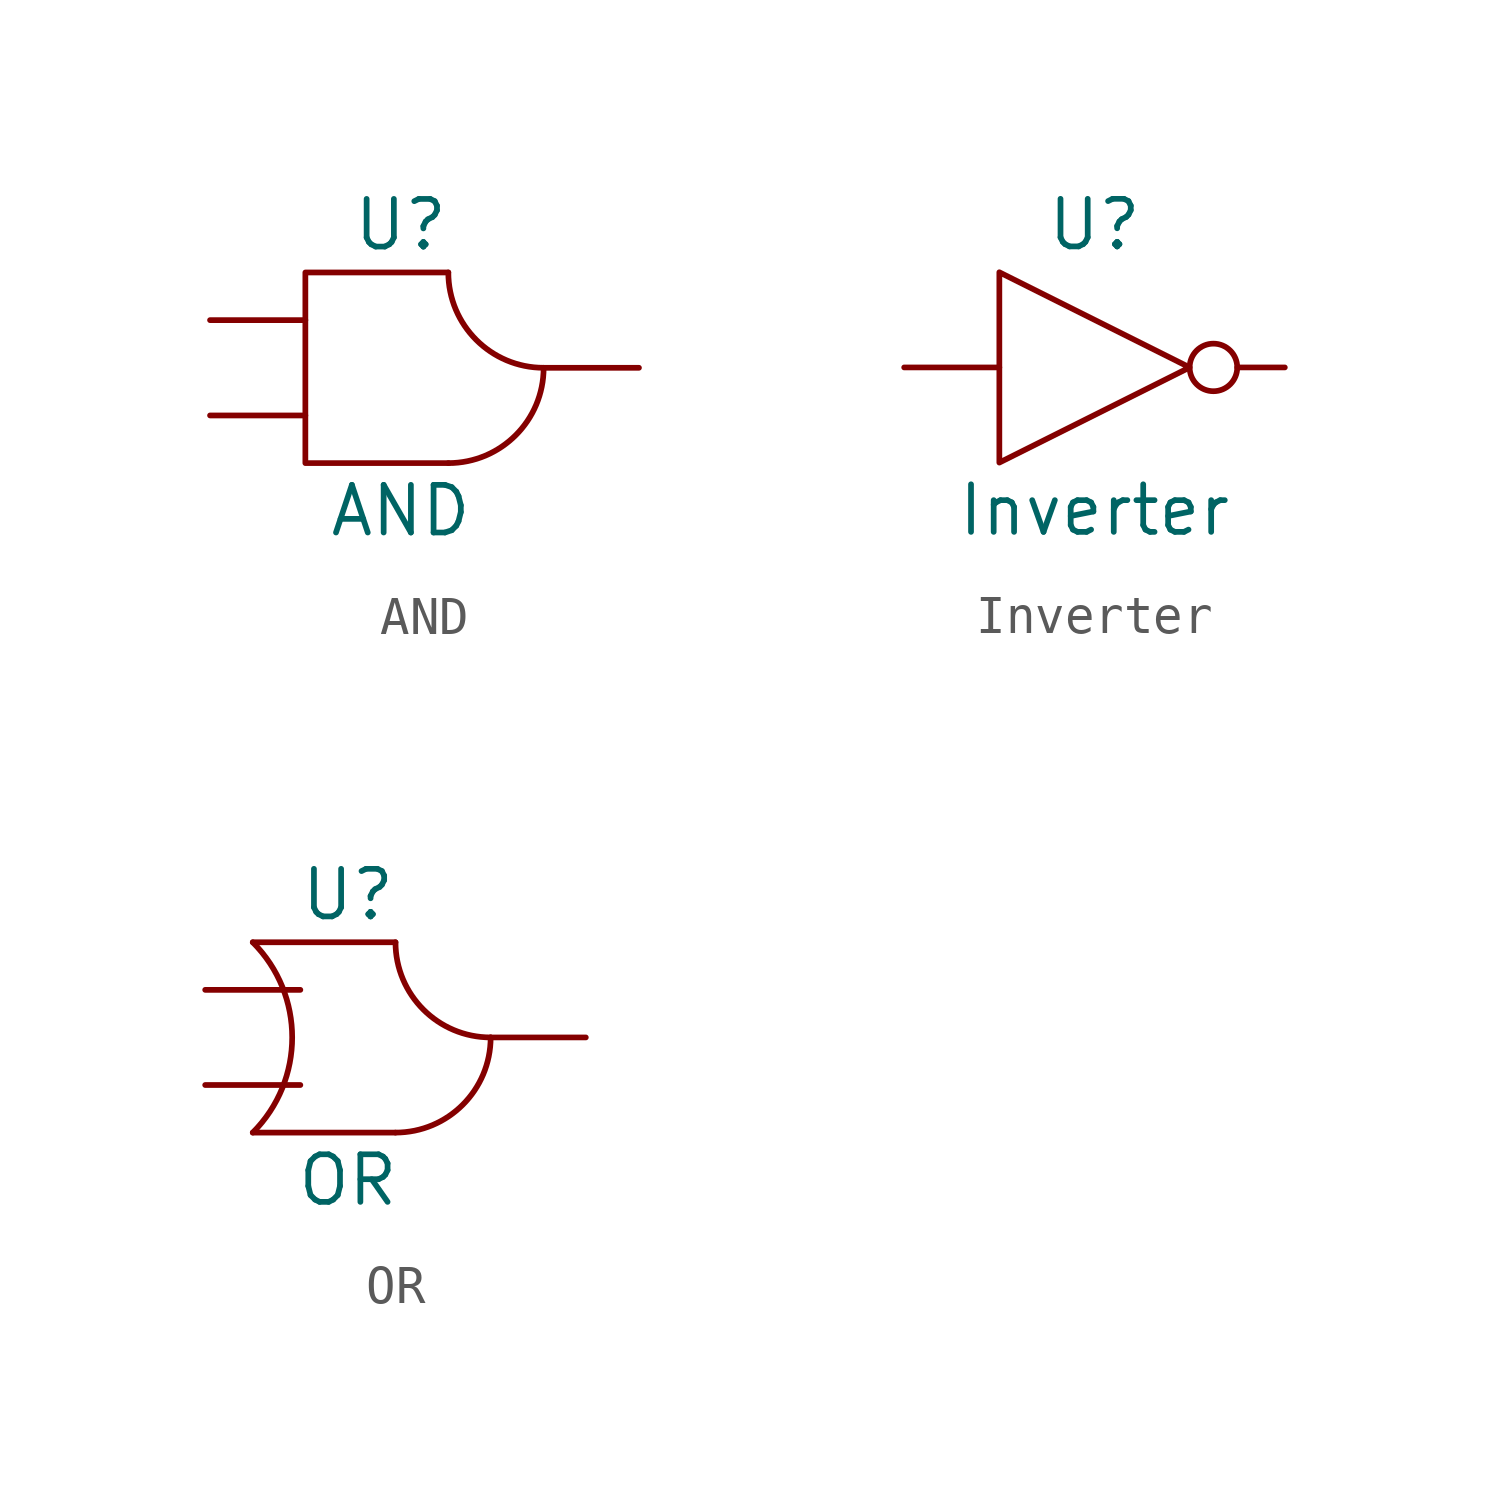
<source format=kicad_sym>
(kicad_symbol_lib
  (version 20211014)
  (generator kicad_symbol_editor)
  (symbol "AND"
    (property "Reference" "U"
      (at 0 3.81 0)
      (effects (font (size 1.27 1.27))))
    (property "Value" "AND"
      (at 0 -3.81 0)
      (effects (font (size 1.27 1.27))))
    (symbol "AND_0_1"
      (polyline (pts (xy 1.27 -2.54) (xy -2.54 -2.54) (xy -2.54 2.54) (xy 1.27 2.54)) (stroke (width 0) (type default) (color 0 0 0 0)) (fill (type none)))
      (arc (start 1.27 -2.54) (mid 3.0661 -1.7961) (end 3.81 0) (stroke (width 0) (type default) (color 0 0 0 0)) (fill (type none)))
      (arc (start 1.27 2.54) (mid -0.5261 -1.7961) (end 3.81 0) (stroke (width 0) (type default) (color 0 0 0 0)) (fill (type none))))
    (symbol "AND_1_1"
      (pin input line (at -5.08 -1.27 0) (length 2.54) (name "" (effects (font (size 1.27 1.27)))) (number "" (effects (font (size 1.27 1.27)))))
      (pin input line (at -5.08 1.27 0) (length 2.54) (name "" (effects (font (size 1.27 1.27)))) (number "" (effects (font (size 1.27 1.27)))))
      (pin output line (at 6.35 0 180) (length 2.54) (name "" (effects (font (size 1.27 1.27)))) (number "" (effects (font (size 1.27 1.27)))))))
  (symbol "Inverter"
    (property "Reference" "U"
      (at 0 3.81 0)
      (effects (font (size 1.27 1.27))))
    (property "Value" "Inverter"
      (at 0 -3.81 0)
      (effects (font (size 1.27 1.27))))
    (symbol "Inverter_0_1"
      (polyline (pts (xy -2.54 -2.54) (xy -2.54 2.54) (xy 2.54 0) (xy -2.54 -2.54)) (stroke (width 0) (type default) (color 0 0 0 0)) (fill (type none))))
    (symbol "Inverter_1_1"
      (pin input line (at -5.08 0 0) (length 2.54) (name "" (effects (font (size 1.27 1.27)))) (number "" (effects (font (size 1.27 1.27)))))
      (pin output inverted (at 5.08 0 180) (length 2.54) (name "" (effects (font (size 1.27 1.27)))) (number "" (effects (font (size 1.27 1.27)))))))
  (symbol "OR"
    (property "Reference" "U"
      (at 0 3.81 0)
      (effects (font (size 1.27 1.27))))
    (property "Value" "OR"
      (at 0 -3.81 0)
      (effects (font (size 1.27 1.27))))
    (symbol "OR_0_1"
      (arc (start -2.54 -2.54) (mid -1.4879 0) (end -2.54 2.54) (stroke (width 0) (type default) (color 0 0 0 0)) (fill (type none)))
      (polyline (pts (xy -2.54 -2.54) (xy 1.27 -2.54)) (stroke (width 0) (type default) (color 0 0 0 0)) (fill (type none)))
      (polyline (pts (xy 1.27 2.54) (xy -2.54 2.54)) (stroke (width 0) (type default) (color 0 0 0 0)) (fill (type none)))
      (arc (start 1.27 -2.54) (mid 3.0661 -1.7961) (end 3.81 0) (stroke (width 0) (type default) (color 0 0 0 0)) (fill (type none)))
      (arc (start 1.27 2.54) (mid -0.5261 -1.7961) (end 3.81 0) (stroke (width 0) (type default) (color 0 0 0 0)) (fill (type none))))
    (symbol "OR_1_1"
      (pin input line (at -3.81 -1.27 0) (length 2.54) (name "" (effects (font (size 1.27 1.27)))) (number "" (effects (font (size 1.27 1.27)))))
      (pin input line (at -3.81 1.27 0) (length 2.54) (name "" (effects (font (size 1.27 1.27)))) (number "" (effects (font (size 1.27 1.27)))))
      (pin output line (at 6.35 0 180) (length 2.54) (name "" (effects (font (size 1.27 1.27)))) (number "" (effects (font (size 1.27 1.27))))))))
</source>
